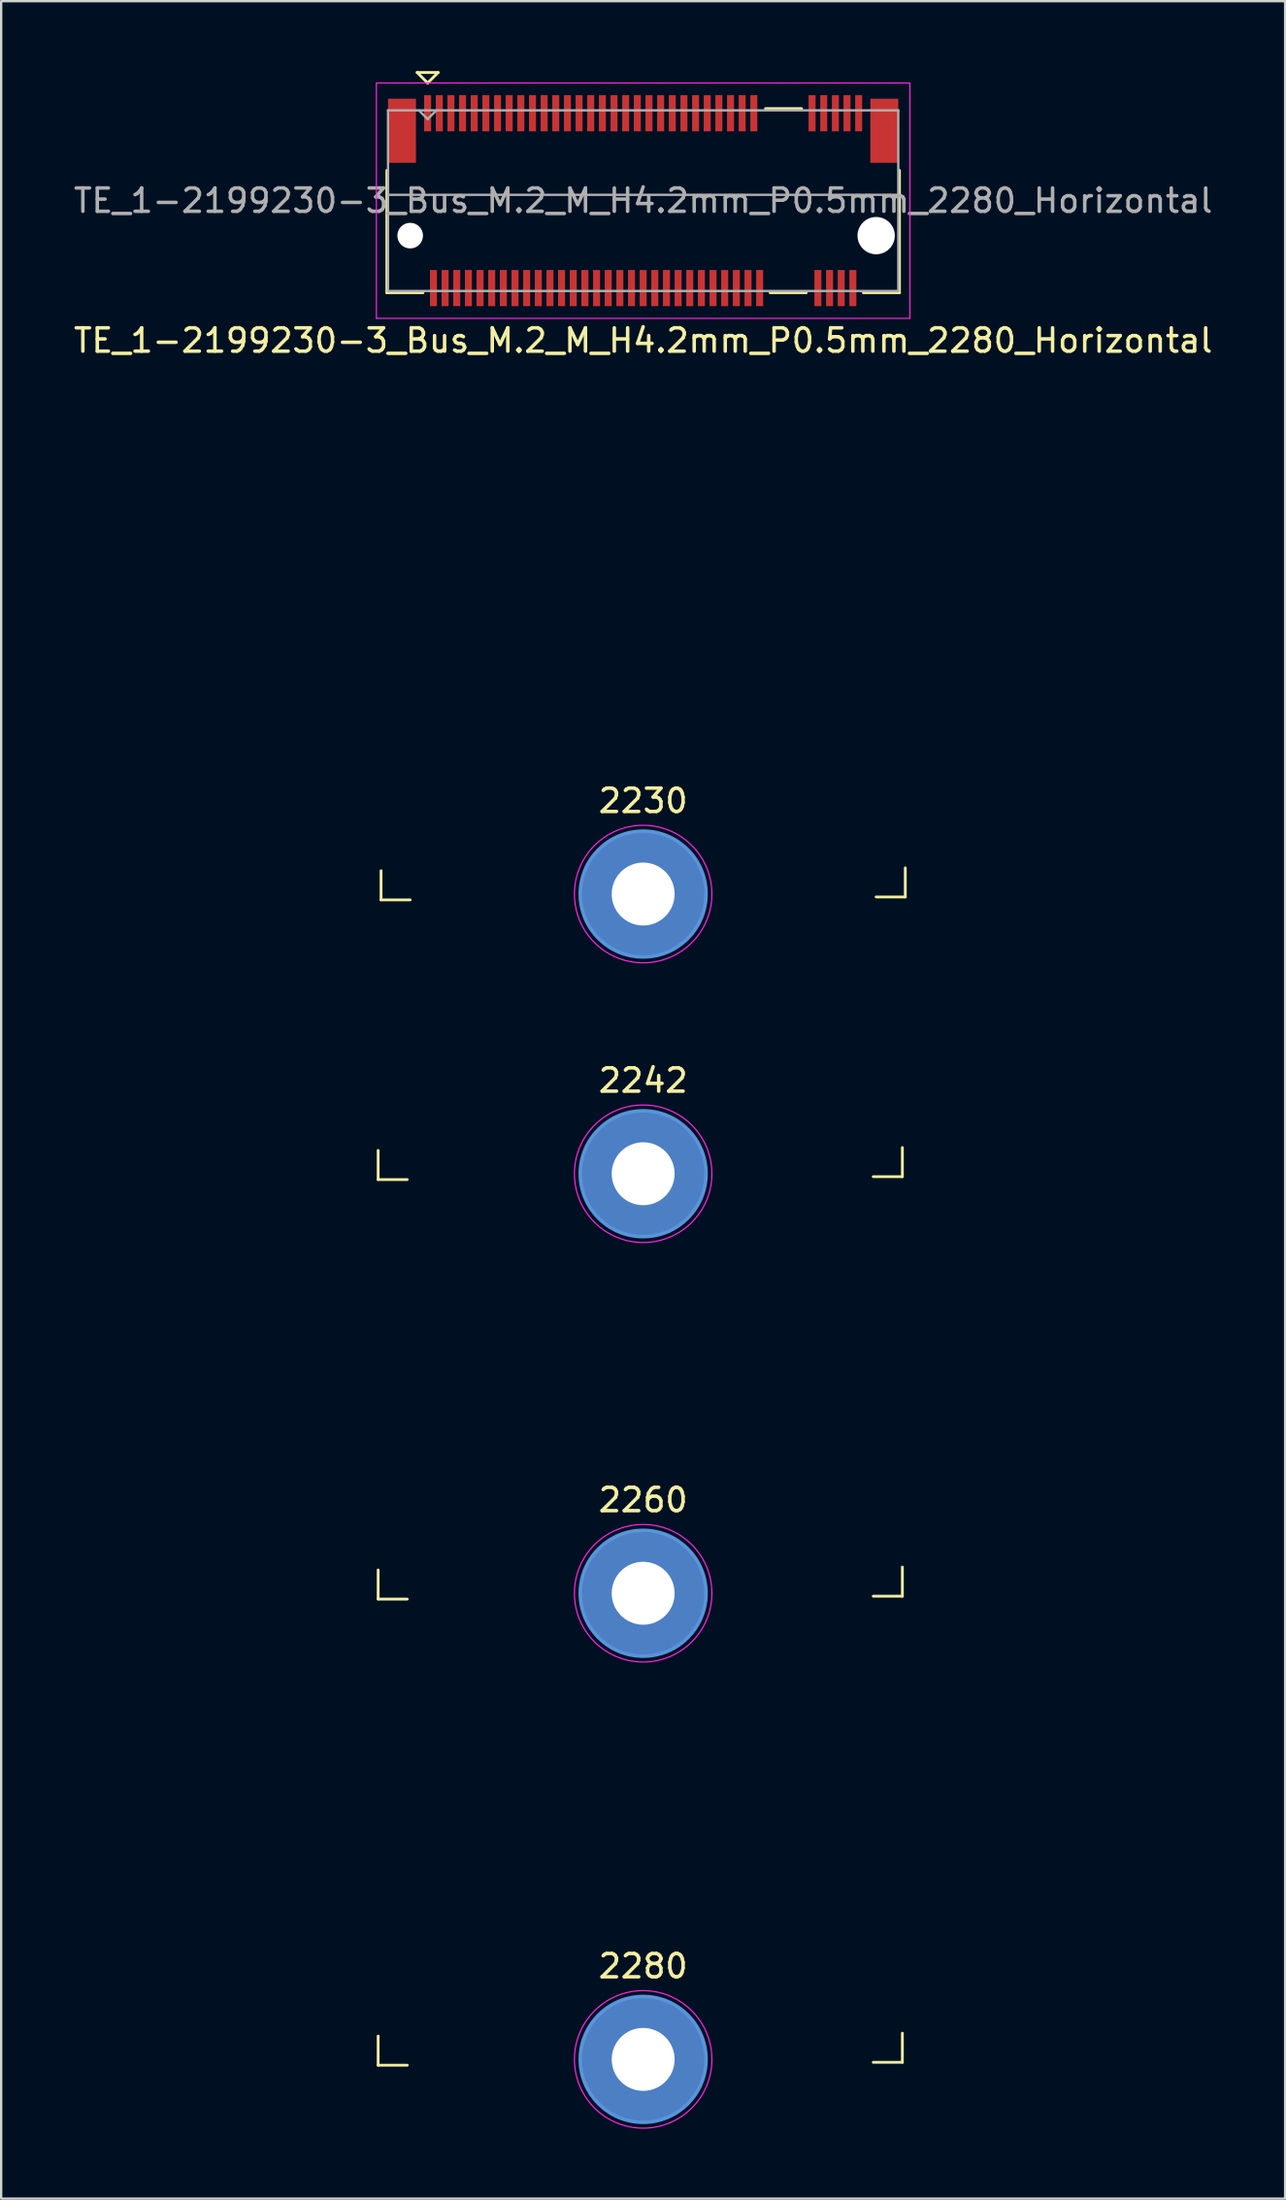
<source format=kicad_pcb>
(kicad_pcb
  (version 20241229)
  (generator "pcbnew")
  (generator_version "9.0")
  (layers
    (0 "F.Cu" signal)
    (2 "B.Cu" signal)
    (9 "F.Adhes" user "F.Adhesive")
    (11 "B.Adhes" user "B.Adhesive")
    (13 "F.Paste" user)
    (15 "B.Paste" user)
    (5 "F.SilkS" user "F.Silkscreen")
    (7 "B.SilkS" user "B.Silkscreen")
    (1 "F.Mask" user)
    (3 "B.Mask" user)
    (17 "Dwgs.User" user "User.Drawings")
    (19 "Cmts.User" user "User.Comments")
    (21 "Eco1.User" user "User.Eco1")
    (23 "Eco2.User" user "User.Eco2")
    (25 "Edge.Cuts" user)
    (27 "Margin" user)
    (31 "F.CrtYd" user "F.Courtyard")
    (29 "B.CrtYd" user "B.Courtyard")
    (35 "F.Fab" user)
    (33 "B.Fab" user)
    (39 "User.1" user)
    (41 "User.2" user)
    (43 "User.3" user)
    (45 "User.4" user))
  (footprint "TE_1-2199230-3_Bus_M.2_M_H4.2mm_P0.5mm_2280_Horizontal"
    (layer "F.Cu")
    (at 24.554 5.56)
    (property "Reference" "TE_1-2199230-3_Bus_M.2_M_H4.2mm_P0.5mm_2280_Horizontal" (at 0 6 0) (layer "F.SilkS") (effects (font (size 1 1) (thickness 0.15))))
    (attr smd)
    (fp_line (start -11.375 42) (end -11.375 40.75) (stroke (width 0.12) (type solid)) (layer "F.SilkS"))
    (fp_line (start -11.375 60) (end -11.375 58.75) (stroke (width 0.12) (type solid)) (layer "F.SilkS"))
    (fp_line (start -11.375 80) (end -11.375 78.75) (stroke (width 0.12) (type solid)) (layer "F.SilkS"))
    (fp_line (start -11.25 30) (end -11.25 28.75) (stroke (width 0.12) (type solid)) (layer "F.SilkS"))
    (fp_line (start -11 3.95) (end -11 -1.3) (stroke (width 0.12) (type solid)) (layer "F.SilkS"))
    (fp_line (start -10.125 42) (end -11.375 42) (stroke (width 0.12) (type solid)) (layer "F.SilkS"))
    (fp_line (start -10.125 60) (end -11.375 60) (stroke (width 0.12) (type solid)) (layer "F.SilkS"))
    (fp_line (start -10.125 80) (end -11.375 80) (stroke (width 0.12) (type solid)) (layer "F.SilkS"))
    (fp_line (start -10 30) (end -11.25 30) (stroke (width 0.12) (type solid)) (layer "F.SilkS"))
    (fp_line (start -9.7 -5.5) (end -8.8 -5.5) (stroke (width 0.12) (type solid)) (layer "F.SilkS"))
    (fp_line (start -9.45 3.95) (end -11 3.95) (stroke (width 0.12) (type solid)) (layer "F.SilkS"))
    (fp_line (start -9.25 -5.05) (end -9.7 -5.5) (stroke (width 0.12) (type solid)) (layer "F.SilkS"))
    (fp_line (start -8.8 -5.5) (end -9.25 -5.05) (stroke (width 0.12) (type solid)) (layer "F.SilkS"))
    (fp_line (start 6.8 -3.95) (end 5.25 -3.95) (stroke (width 0.12) (type solid)) (layer "F.SilkS"))
    (fp_line (start 7 3.95) (end 5.45 3.95) (stroke (width 0.12) (type solid)) (layer "F.SilkS"))
    (fp_line (start 11 -1.3) (end 11 3.95) (stroke (width 0.12) (type solid)) (layer "F.SilkS"))
    (fp_line (start 11 3.95) (end 9.45 3.95) (stroke (width 0.12) (type solid)) (layer "F.SilkS"))
    (fp_line (start 11.125 40.625) (end 11.125 41.875) (stroke (width 0.12) (type solid)) (layer "F.SilkS"))
    (fp_line (start 11.125 41.875) (end 9.875 41.875) (stroke (width 0.12) (type solid)) (layer "F.SilkS"))
    (fp_line (start 11.125 58.625) (end 11.125 59.875) (stroke (width 0.12) (type solid)) (layer "F.SilkS"))
    (fp_line (start 11.125 59.875) (end 9.875 59.875) (stroke (width 0.12) (type solid)) (layer "F.SilkS"))
    (fp_line (start 11.125 78.625) (end 11.125 79.875) (stroke (width 0.12) (type solid)) (layer "F.SilkS"))
    (fp_line (start 11.125 79.875) (end 9.875 79.875) (stroke (width 0.12) (type solid)) (layer "F.SilkS"))
    (fp_line (start 11.25 28.625) (end 11.25 29.875) (stroke (width 0.12) (type solid)) (layer "F.SilkS"))
    (fp_line (start 11.25 29.875) (end 10 29.875) (stroke (width 0.12) (type solid)) (layer "F.SilkS"))
    (fp_circle (center 0 29.75) (end 2.7 29.75) (stroke (width 0.15) (type solid)) (fill no) (layer "Cmts.User"))
    (fp_circle (center 0 41.75) (end 2.7 41.75) (stroke (width 0.15) (type solid)) (fill no) (layer "Cmts.User"))
    (fp_circle (center 0 59.75) (end 2.7 59.75) (stroke (width 0.15) (type solid)) (fill no) (layer "Cmts.User"))
    (fp_circle (center 0 79.75) (end 2.7 79.75) (stroke (width 0.15) (type solid)) (fill no) (layer "Cmts.User"))
    (fp_line (start -11.45 -5.05) (end 11.45 -5.05) (stroke (width 0.05) (type solid)) (layer "F.CrtYd"))
    (fp_line (start -11.45 5.05) (end -11.45 -5.05) (stroke (width 0.05) (type solid)) (layer "F.CrtYd"))
    (fp_line (start -11.45 5.05) (end 11.45 5.05) (stroke (width 0.05) (type solid)) (layer "F.CrtYd"))
    (fp_line (start 11.45 -5.05) (end 11.45 5.05) (stroke (width 0.05) (type solid)) (layer "F.CrtYd"))
    (fp_circle (center 0 29.75) (end 2.95 29.75) (stroke (width 0.05) (type solid)) (fill no) (layer "F.CrtYd"))
    (fp_circle (center 0 41.75) (end 2.95 41.75) (stroke (width 0.05) (type solid)) (fill no) (layer "F.CrtYd"))
    (fp_circle (center 0 59.75) (end 2.95 59.75) (stroke (width 0.05) (type solid)) (fill no) (layer "F.CrtYd"))
    (fp_circle (center 0 79.75) (end 2.95 79.75) (stroke (width 0.05) (type solid)) (fill no) (layer "F.CrtYd"))
    (fp_line (start -10.95 -3.875) (end -10.95 3.875) (stroke (width 0.1) (type solid)) (layer "F.Fab"))
    (fp_line (start -10.95 -0.25) (end 10.95 -0.25) (stroke (width 0.1) (type solid)) (layer "F.Fab"))
    (fp_line (start -10.95 3.875) (end 10.95 3.875) (stroke (width 0.1) (type solid)) (layer "F.Fab"))
    (fp_line (start -9.25 -3.5) (end -9.61 -3.86) (stroke (width 0.1) (type solid)) (layer "F.Fab"))
    (fp_line (start -9.25 -3.5) (end -8.89 -3.86) (stroke (width 0.1) (type solid)) (layer "F.Fab"))
    (fp_line (start 10.95 -3.875) (end -10.95 -3.875) (stroke (width 0.1) (type solid)) (layer "F.Fab"))
    (fp_line (start 10.95 -3.875) (end 10.95 3.875) (stroke (width 0.1) (type solid)) (layer "F.Fab"))
    (fp_text user "2230" (at 0 25.75 0) (unlocked yes) (layer "F.SilkS") (effects (font (size 1 1) (thickness 0.15))))
    (fp_text user "2280" (at 0 75.75 0) (unlocked yes) (layer "F.SilkS") (effects (font (size 1 1) (thickness 0.15))))
    (fp_text user "2260" (at 0 55.75 0) (unlocked yes) (layer "F.SilkS") (effects (font (size 1 1) (thickness 0.15))))
    (fp_text user "2242" (at 0 37.75 0) (unlocked yes) (layer "F.SilkS") (effects (font (size 1 1) (thickness 0.15))))
    (fp_text user "${REFERENCE}" (at 0 0 0) (layer "F.Fab") (effects (font (size 1 1) (thickness 0.15))))
    (pad "" np_thru_hole circle (at -10 1.5) (size 1.1 1.1) (drill 1.1) (layers "*.Cu" "*.Mask"))
    (pad "" np_thru_hole circle (at 0 29.75) (size 5.4 5.4) (drill 2.7) (layers "*.Cu" "*.Mask"))
    (pad "" np_thru_hole circle (at 0 41.75) (size 5.4 5.4) (drill 2.7) (layers "*.Cu" "*.Mask"))
    (pad "" np_thru_hole circle (at 0 59.75) (size 5.4 5.4) (drill 2.7) (layers "*.Cu" "*.Mask"))
    (pad "" np_thru_hole circle (at 0 79.75) (size 5.4 5.4) (drill 2.7) (layers "*.Cu" "*.Mask"))
    (pad "" np_thru_hole circle (at 10 1.5) (size 1.6 1.6) (drill 1.6) (layers "*.Cu" "*.Mask"))
    (pad "1" smd rect (at -9.25 -3.75) (size 0.3 1.55) (layers "F.Cu" "F.Mask" "F.Paste"))
    (pad "2" smd rect (at -9 3.75) (size 0.3 1.55) (layers "F.Cu" "F.Mask" "F.Paste"))
    (pad "3" smd rect (at -8.75 -3.75) (size 0.3 1.55) (layers "F.Cu" "F.Mask" "F.Paste"))
    (pad "4" smd rect (at -8.5 3.75) (size 0.3 1.55) (layers "F.Cu" "F.Mask" "F.Paste"))
    (pad "5" smd rect (at -8.25 -3.75) (size 0.3 1.55) (layers "F.Cu" "F.Mask" "F.Paste"))
    (pad "6" smd rect (at -8 3.75) (size 0.3 1.55) (layers "F.Cu" "F.Mask" "F.Paste"))
    (pad "7" smd rect (at -7.75 -3.75) (size 0.3 1.55) (layers "F.Cu" "F.Mask" "F.Paste"))
    (pad "8" smd rect (at -7.5 3.75) (size 0.3 1.55) (layers "F.Cu" "F.Mask" "F.Paste"))
    (pad "9" smd rect (at -7.25 -3.75) (size 0.3 1.55) (layers "F.Cu" "F.Mask" "F.Paste"))
    (pad "10" smd rect (at -7 3.75) (size 0.3 1.55) (layers "F.Cu" "F.Mask" "F.Paste"))
    (pad "11" smd rect (at -6.75 -3.75) (size 0.3 1.55) (layers "F.Cu" "F.Mask" "F.Paste"))
    (pad "12" smd rect (at -6.5 3.75) (size 0.3 1.55) (layers "F.Cu" "F.Mask" "F.Paste"))
    (pad "13" smd rect (at -6.25 -3.75) (size 0.3 1.55) (layers "F.Cu" "F.Mask" "F.Paste"))
    (pad "14" smd rect (at -6 3.75) (size 0.3 1.55) (layers "F.Cu" "F.Mask" "F.Paste"))
    (pad "15" smd rect (at -5.75 -3.75) (size 0.3 1.55) (layers "F.Cu" "F.Mask" "F.Paste"))
    (pad "16" smd rect (at -5.5 3.75) (size 0.3 1.55) (layers "F.Cu" "F.Mask" "F.Paste"))
    (pad "17" smd rect (at -5.25 -3.75) (size 0.3 1.55) (layers "F.Cu" "F.Mask" "F.Paste"))
    (pad "18" smd rect (at -5 3.75) (size 0.3 1.55) (layers "F.Cu" "F.Mask" "F.Paste"))
    (pad "19" smd rect (at -4.75 -3.75) (size 0.3 1.55) (layers "F.Cu" "F.Mask" "F.Paste"))
    (pad "20" smd rect (at -4.5 3.75) (size 0.3 1.55) (layers "F.Cu" "F.Mask" "F.Paste"))
    (pad "21" smd rect (at -4.25 -3.75) (size 0.3 1.55) (layers "F.Cu" "F.Mask" "F.Paste"))
    (pad "22" smd rect (at -4 3.75) (size 0.3 1.55) (layers "F.Cu" "F.Mask" "F.Paste"))
    (pad "23" smd rect (at -3.75 -3.75) (size 0.3 1.55) (layers "F.Cu" "F.Mask" "F.Paste"))
    (pad "24" smd rect (at -3.5 3.75) (size 0.3 1.55) (layers "F.Cu" "F.Mask" "F.Paste"))
    (pad "25" smd rect (at -3.25 -3.75) (size 0.3 1.55) (layers "F.Cu" "F.Mask" "F.Paste"))
    (pad "26" smd rect (at -3 3.75) (size 0.3 1.55) (layers "F.Cu" "F.Mask" "F.Paste"))
    (pad "27" smd rect (at -2.75 -3.75) (size 0.3 1.55) (layers "F.Cu" "F.Mask" "F.Paste"))
    (pad "28" smd rect (at -2.5 3.75) (size 0.3 1.55) (layers "F.Cu" "F.Mask" "F.Paste"))
    (pad "29" smd rect (at -2.25 -3.75) (size 0.3 1.55) (layers "F.Cu" "F.Mask" "F.Paste"))
    (pad "30" smd rect (at -2 3.75) (size 0.3 1.55) (layers "F.Cu" "F.Mask" "F.Paste"))
    (pad "31" smd rect (at -1.75 -3.75) (size 0.3 1.55) (layers "F.Cu" "F.Mask" "F.Paste"))
    (pad "32" smd rect (at -1.5 3.75) (size 0.3 1.55) (layers "F.Cu" "F.Mask" "F.Paste"))
    (pad "33" smd rect (at -1.25 -3.75) (size 0.3 1.55) (layers "F.Cu" "F.Mask" "F.Paste"))
    (pad "34" smd rect (at -1 3.75) (size 0.3 1.55) (layers "F.Cu" "F.Mask" "F.Paste"))
    (pad "35" smd rect (at -0.75 -3.75) (size 0.3 1.55) (layers "F.Cu" "F.Mask" "F.Paste"))
    (pad "36" smd rect (at -0.5 3.75) (size 0.3 1.55) (layers "F.Cu" "F.Mask" "F.Paste"))
    (pad "37" smd rect (at -0.25 -3.75) (size 0.3 1.55) (layers "F.Cu" "F.Mask" "F.Paste"))
    (pad "38" smd rect (at 0 3.75) (size 0.3 1.55) (layers "F.Cu" "F.Mask" "F.Paste"))
    (pad "39" smd rect (at 0.25 -3.75) (size 0.3 1.55) (layers "F.Cu" "F.Mask" "F.Paste"))
    (pad "40" smd rect (at 0.5 3.75) (size 0.3 1.55) (layers "F.Cu" "F.Mask" "F.Paste"))
    (pad "41" smd rect (at 0.75 -3.75) (size 0.3 1.55) (layers "F.Cu" "F.Mask" "F.Paste"))
    (pad "42" smd rect (at 1 3.75) (size 0.3 1.55) (layers "F.Cu" "F.Mask" "F.Paste"))
    (pad "43" smd rect (at 1.25 -3.75) (size 0.3 1.55) (layers "F.Cu" "F.Mask" "F.Paste"))
    (pad "44" smd rect (at 1.5 3.75) (size 0.3 1.55) (layers "F.Cu" "F.Mask" "F.Paste"))
    (pad "45" smd rect (at 1.75 -3.75) (size 0.3 1.55) (layers "F.Cu" "F.Mask" "F.Paste"))
    (pad "46" smd rect (at 2 3.75) (size 0.3 1.55) (layers "F.Cu" "F.Mask" "F.Paste"))
    (pad "47" smd rect (at 2.25 -3.75) (size 0.3 1.55) (layers "F.Cu" "F.Mask" "F.Paste"))
    (pad "48" smd rect (at 2.5 3.75) (size 0.3 1.55) (layers "F.Cu" "F.Mask" "F.Paste"))
    (pad "49" smd rect (at 2.75 -3.75) (size 0.3 1.55) (layers "F.Cu" "F.Mask" "F.Paste"))
    (pad "50" smd rect (at 3 3.75) (size 0.3 1.55) (layers "F.Cu" "F.Mask" "F.Paste"))
    (pad "51" smd rect (at 3.25 -3.75) (size 0.3 1.55) (layers "F.Cu" "F.Mask" "F.Paste"))
    (pad "52" smd rect (at 3.5 3.75) (size 0.3 1.55) (layers "F.Cu" "F.Mask" "F.Paste"))
    (pad "53" smd rect (at 3.75 -3.75) (size 0.3 1.55) (layers "F.Cu" "F.Mask" "F.Paste"))
    (pad "54" smd rect (at 4 3.75) (size 0.3 1.55) (layers "F.Cu" "F.Mask" "F.Paste"))
    (pad "55" smd rect (at 4.25 -3.75) (size 0.3 1.55) (layers "F.Cu" "F.Mask" "F.Paste"))
    (pad "56" smd rect (at 4.5 3.75) (size 0.3 1.55) (layers "F.Cu" "F.Mask" "F.Paste"))
    (pad "57" smd rect (at 4.75 -3.75) (size 0.3 1.55) (layers "F.Cu" "F.Mask" "F.Paste"))
    (pad "58" smd rect (at 5 3.75) (size 0.3 1.55) (layers "F.Cu" "F.Mask" "F.Paste"))
    (pad "67" smd rect (at 7.25 -3.75) (size 0.3 1.55) (layers "F.Cu" "F.Mask" "F.Paste"))
    (pad "68" smd rect (at 7.5 3.75) (size 0.3 1.55) (layers "F.Cu" "F.Mask" "F.Paste"))
    (pad "69" smd rect (at 7.75 -3.75) (size 0.3 1.55) (layers "F.Cu" "F.Mask" "F.Paste"))
    (pad "70" smd rect (at 8 3.75) (size 0.3 1.55) (layers "F.Cu" "F.Mask" "F.Paste"))
    (pad "71" smd rect (at 8.25 -3.75) (size 0.3 1.55) (layers "F.Cu" "F.Mask" "F.Paste"))
    (pad "72" smd rect (at 8.5 3.75) (size 0.3 1.55) (layers "F.Cu" "F.Mask" "F.Paste"))
    (pad "73" smd rect (at 8.75 -3.75) (size 0.3 1.55) (layers "F.Cu" "F.Mask" "F.Paste"))
    (pad "74" smd rect (at 9 3.75) (size 0.3 1.55) (layers "F.Cu" "F.Mask" "F.Paste"))
    (pad "75" smd rect (at 9.25 -3.75) (size 0.3 1.55) (layers "F.Cu" "F.Mask" "F.Paste"))
    (pad "MP" smd rect (at -10.35 -3) (size 1.2 2.75) (layers "F.Cu" "F.Mask" "F.Paste"))
    (pad "MP" smd rect (at 10.35 -3) (size 1.2 2.75) (layers "F.Cu" "F.Mask" "F.Paste")))
  (gr_rect
    (start -3 -3)
    (end 52.107 91.285)
    (stroke (width 0.1) (type default))
    (fill no)
    (layer "Edge.Cuts")))
</source>
